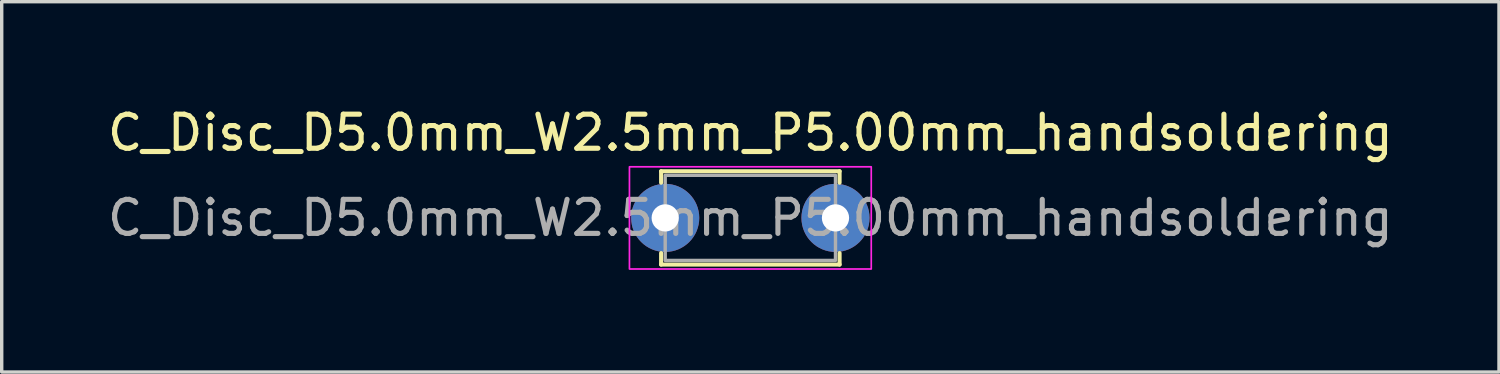
<source format=kicad_pcb>
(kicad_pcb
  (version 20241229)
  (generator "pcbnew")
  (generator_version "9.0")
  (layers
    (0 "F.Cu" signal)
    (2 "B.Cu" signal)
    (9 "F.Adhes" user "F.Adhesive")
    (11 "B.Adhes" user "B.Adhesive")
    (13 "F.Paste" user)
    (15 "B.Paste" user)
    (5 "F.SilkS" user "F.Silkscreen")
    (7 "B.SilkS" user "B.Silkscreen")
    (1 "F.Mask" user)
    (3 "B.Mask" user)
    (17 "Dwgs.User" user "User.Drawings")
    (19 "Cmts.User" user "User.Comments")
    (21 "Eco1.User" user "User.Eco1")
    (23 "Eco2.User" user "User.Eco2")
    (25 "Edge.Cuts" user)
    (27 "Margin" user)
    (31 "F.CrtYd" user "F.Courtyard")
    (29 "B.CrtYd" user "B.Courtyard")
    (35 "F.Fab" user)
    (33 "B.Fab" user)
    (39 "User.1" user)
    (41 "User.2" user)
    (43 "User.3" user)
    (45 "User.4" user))
  (footprint "C_Disc_D5.0mm_W2.5mm_P5.00mm_handsoldering"
    (layer "F.Cu")
    (at 16.482 3.348)
    (property "Reference" "C_Disc_D5.0mm_W2.5mm_P5.00mm_handsoldering" (at 2.5 -2.5 0) (layer "F.SilkS") (effects (font (size 1 1) (thickness 0.15))))
    (attr through_hole)
    (fp_line (start -0.12 -1.37) (end 5.12 -1.37) (stroke (width 0.12) (type solid)) (layer "F.SilkS"))
    (fp_line (start -0.12 -1.033) (end -0.12 -1.37) (stroke (width 0.12) (type solid)) (layer "F.SilkS"))
    (fp_line (start -0.12 1.37) (end -0.12 1.033) (stroke (width 0.12) (type solid)) (layer "F.SilkS"))
    (fp_line (start 5.12 -1.37) (end 5.12 -1.033) (stroke (width 0.12) (type solid)) (layer "F.SilkS"))
    (fp_line (start 5.12 1.033) (end 5.12 1.37) (stroke (width 0.12) (type solid)) (layer "F.SilkS"))
    (fp_line (start 5.12 1.37) (end -0.12 1.37) (stroke (width 0.12) (type solid)) (layer "F.SilkS"))
    (fp_rect (start -1.05 -1.5) (end 6.05 1.5) (stroke (width 0.05) (type solid)) (fill no) (layer "F.CrtYd"))
    (fp_rect (start 0 -1.25) (end 5 1.25) (stroke (width 0.1) (type solid)) (fill no) (layer "F.Fab"))
    (fp_text user "${REFERENCE}" (at 2.5 0 0) (layer "F.Fab") (effects (font (size 1 1) (thickness 0.15))))
    (pad "1" thru_hole circle (at 0 0) (size 2 2) (drill 0.8) (layers "*.Cu" "*.Mask"))
    (pad "2" thru_hole circle (at 5 0) (size 2 2) (drill 0.8) (layers "*.Cu" "*.Mask")))
  (gr_rect
    (start -3 -3)
    (end 40.964 7.873)
    (stroke (width 0.1) (type default))
    (fill no)
    (layer "Edge.Cuts")))
</source>
